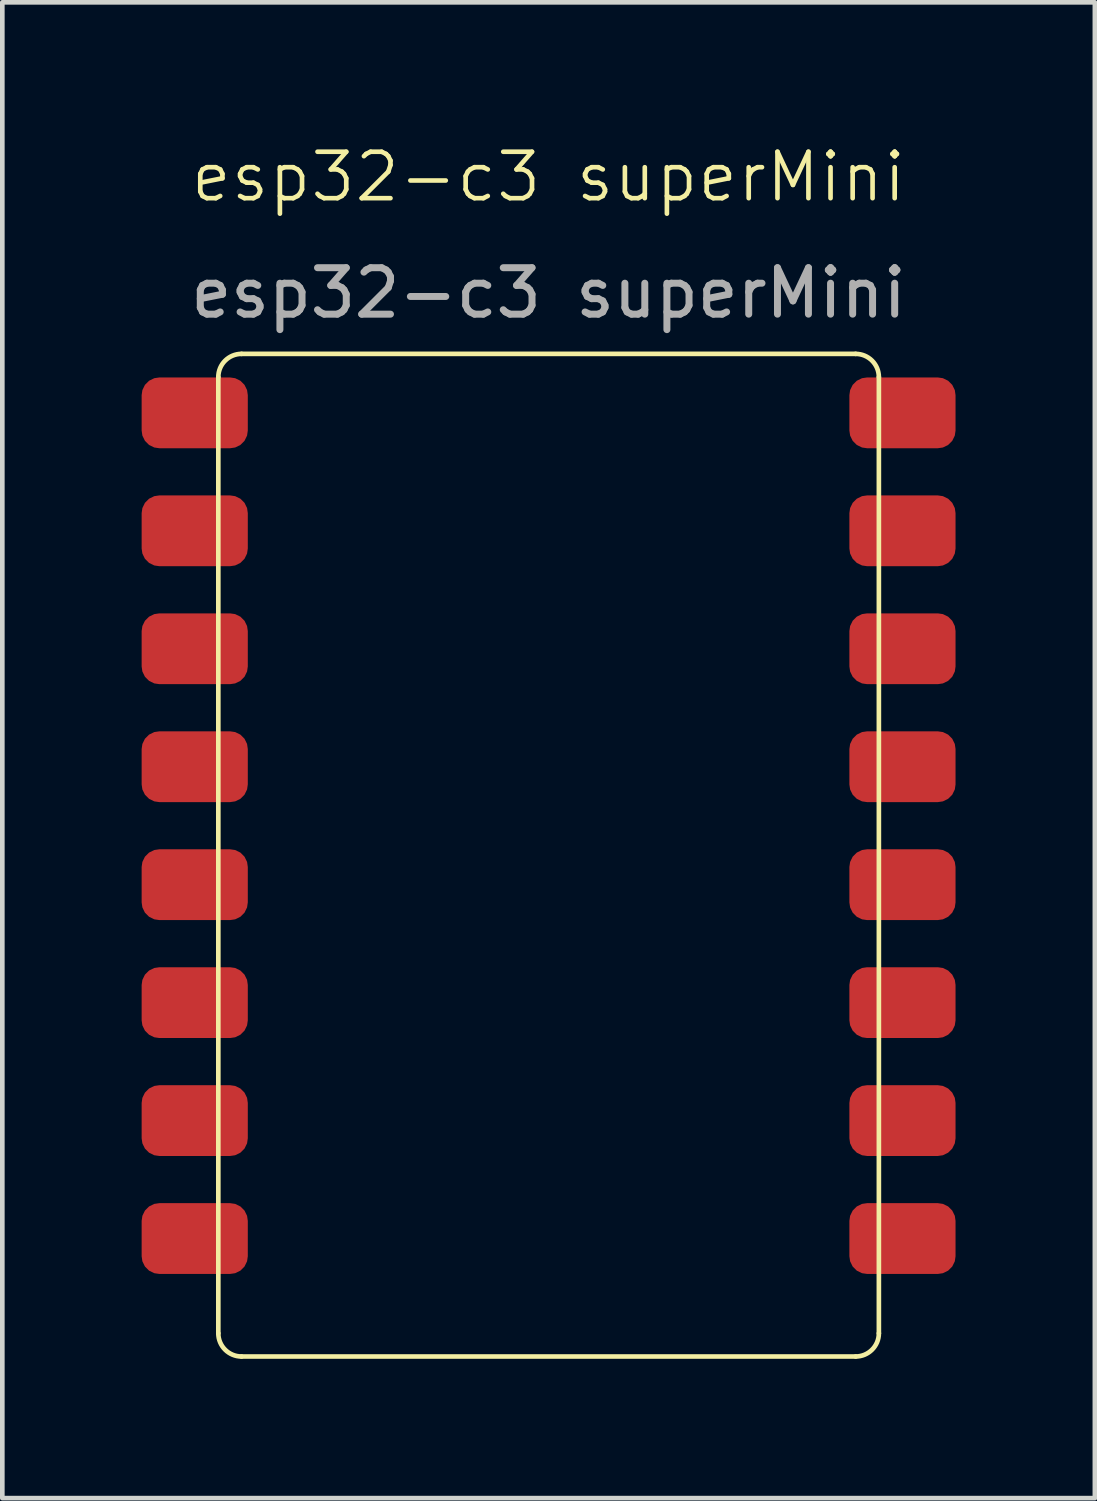
<source format=kicad_pcb>
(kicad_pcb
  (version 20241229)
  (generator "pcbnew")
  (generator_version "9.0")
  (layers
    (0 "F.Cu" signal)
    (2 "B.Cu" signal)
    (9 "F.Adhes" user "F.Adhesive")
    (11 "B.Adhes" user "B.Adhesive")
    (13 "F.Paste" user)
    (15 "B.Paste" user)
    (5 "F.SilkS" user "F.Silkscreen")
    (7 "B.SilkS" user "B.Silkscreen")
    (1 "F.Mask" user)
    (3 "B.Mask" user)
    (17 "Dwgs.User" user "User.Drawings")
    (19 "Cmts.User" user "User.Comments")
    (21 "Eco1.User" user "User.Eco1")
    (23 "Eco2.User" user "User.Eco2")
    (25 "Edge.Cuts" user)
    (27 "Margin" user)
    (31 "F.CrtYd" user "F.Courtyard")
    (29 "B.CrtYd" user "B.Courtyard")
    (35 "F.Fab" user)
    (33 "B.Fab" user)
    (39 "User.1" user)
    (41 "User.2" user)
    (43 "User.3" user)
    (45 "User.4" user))
  (footprint "esp32-c3 superMini"
    (layer "F.Cu")
    (at 8.763 0.76)
    (property "Reference" "esp32-c3 superMini" (at 0 0 0) (unlocked yes) (layer "F.SilkS") (effects (font (size 1 1) (thickness 0.1))))
    (attr smd)
    (fp_line (start -7.112 24.9) (end -7.112 4.31) (stroke (width 0.1) (type default)) (layer "F.SilkS"))
    (fp_line (start -6.612 3.81) (end 6.612 3.81) (stroke (width 0.1) (type default)) (layer "F.SilkS"))
    (fp_line (start 6.612 25.4) (end -6.612 25.4) (stroke (width 0.1) (type default)) (layer "F.SilkS"))
    (fp_line (start 7.112 4.31) (end 7.112 24.9) (stroke (width 0.1) (type default)) (layer "F.SilkS"))
    (fp_arc (start -7.112 4.31) (mid -6.965553 3.956447) (end -6.612 3.81) (stroke (width 0.1) (type default)) (layer "F.SilkS"))
    (fp_arc (start -6.612 25.4) (mid -6.965553 25.253553) (end -7.112 24.9) (stroke (width 0.1) (type default)) (layer "F.SilkS"))
    (fp_arc (start 6.612 3.81) (mid 6.965553 3.956447) (end 7.112 4.31) (stroke (width 0.1) (type default)) (layer "F.SilkS"))
    (fp_arc (start 7.112 24.9) (mid 6.965553 25.253553) (end 6.612 25.4) (stroke (width 0.1) (type default)) (layer "F.SilkS"))
    (fp_text user "${REFERENCE}" (at 0 2.5 0) (unlocked yes) (layer "F.Fab") (effects (font (size 1 1) (thickness 0.15))))
    (pad "1" smd roundrect (at 7.62 5.08) (size 2.286 1.524) (layers "F.Cu" "F.Mask" "F.Paste") (roundrect_rratio 0.25))
    (pad "2" smd roundrect (at 7.62 7.62) (size 2.286 1.524) (layers "F.Cu" "F.Mask" "F.Paste") (roundrect_rratio 0.25))
    (pad "3" smd roundrect (at 7.62 10.16) (size 2.286 1.524) (layers "F.Cu" "F.Mask" "F.Paste") (roundrect_rratio 0.25))
    (pad "4" smd roundrect (at 7.62 12.7) (size 2.286 1.524) (layers "F.Cu" "F.Mask" "F.Paste") (roundrect_rratio 0.25))
    (pad "5" smd roundrect (at 7.62 15.24) (size 2.286 1.524) (layers "F.Cu" "F.Mask" "F.Paste") (roundrect_rratio 0.25))
    (pad "6" smd roundrect (at 7.62 17.78) (size 2.286 1.524) (layers "F.Cu" "F.Mask" "F.Paste") (roundrect_rratio 0.25))
    (pad "7" smd roundrect (at 7.62 20.32) (size 2.286 1.524) (layers "F.Cu" "F.Mask" "F.Paste") (roundrect_rratio 0.25))
    (pad "8" smd roundrect (at 7.62 22.86) (size 2.286 1.524) (layers "F.Cu" "F.Mask" "F.Paste") (roundrect_rratio 0.25))
    (pad "9" smd roundrect (at -7.62 5.08) (size 2.286 1.524) (layers "F.Cu" "F.Mask" "F.Paste") (roundrect_rratio 0.25))
    (pad "10" smd roundrect (at -7.62 7.62) (size 2.286 1.524) (layers "F.Cu" "F.Mask" "F.Paste") (roundrect_rratio 0.25))
    (pad "11" smd roundrect (at -7.62 10.16) (size 2.286 1.524) (layers "F.Cu" "F.Mask" "F.Paste") (roundrect_rratio 0.25))
    (pad "12" smd roundrect (at -7.62 12.7) (size 2.286 1.524) (layers "F.Cu" "F.Mask" "F.Paste") (roundrect_rratio 0.25))
    (pad "13" smd roundrect (at -7.62 15.24) (size 2.286 1.524) (layers "F.Cu" "F.Mask" "F.Paste") (roundrect_rratio 0.25))
    (pad "14" smd roundrect (at -7.62 17.78) (size 2.286 1.524) (layers "F.Cu" "F.Mask" "F.Paste") (roundrect_rratio 0.25))
    (pad "15" smd roundrect (at -7.62 20.32) (size 2.286 1.524) (layers "F.Cu" "F.Mask" "F.Paste") (roundrect_rratio 0.25))
    (pad "16" smd roundrect (at -7.62 22.86) (size 2.286 1.524) (layers "F.Cu" "F.Mask" "F.Paste") (roundrect_rratio 0.25)))
  (gr_rect
    (start -3 -3)
    (end 20.526 29.21)
    (stroke (width 0.1) (type default))
    (fill no)
    (layer "Edge.Cuts")))
</source>
